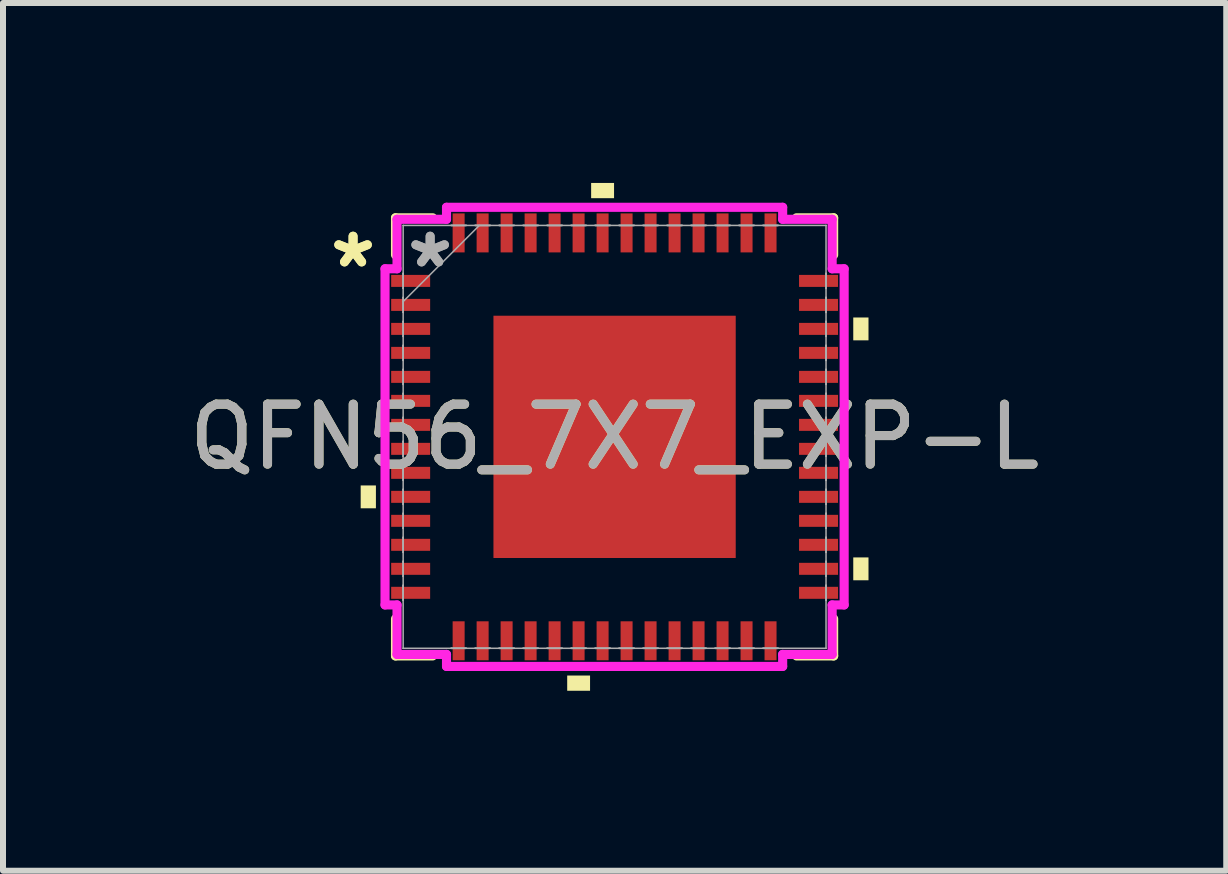
<source format=kicad_pcb>
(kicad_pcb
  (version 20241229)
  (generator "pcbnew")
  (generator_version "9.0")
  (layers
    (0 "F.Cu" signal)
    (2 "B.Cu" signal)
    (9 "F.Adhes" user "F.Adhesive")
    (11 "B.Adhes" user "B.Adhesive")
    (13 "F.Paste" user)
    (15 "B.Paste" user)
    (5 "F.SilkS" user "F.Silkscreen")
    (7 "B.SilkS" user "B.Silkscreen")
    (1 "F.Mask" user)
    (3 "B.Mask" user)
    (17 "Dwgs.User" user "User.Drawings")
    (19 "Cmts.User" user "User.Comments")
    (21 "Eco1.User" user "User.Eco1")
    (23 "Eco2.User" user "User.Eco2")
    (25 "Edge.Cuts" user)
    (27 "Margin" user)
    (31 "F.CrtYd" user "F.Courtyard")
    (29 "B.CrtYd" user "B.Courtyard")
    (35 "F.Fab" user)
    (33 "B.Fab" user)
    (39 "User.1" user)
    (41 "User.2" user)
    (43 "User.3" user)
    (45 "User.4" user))
  (footprint "QFN56_7X7_EXP-L"
    (layer "F.Cu")
    (at 7.196 4.233)
    (property "Reference" "QFN56_7X7_EXP-L" (at 0 0 0) (unlocked yes) (layer "F.SilkS") (effects (font (size 1 1) (thickness 0.15))))
    (attr smd)
    (fp_line (start -3.652 -3.652) (end -3.652 -3.033) (stroke (width 0.152) (type solid)) (layer "F.SilkS"))
    (fp_line (start -3.652 3.033) (end -3.652 3.652) (stroke (width 0.152) (type solid)) (layer "F.SilkS"))
    (fp_line (start -3.652 3.652) (end -3.033 3.652) (stroke (width 0.152) (type solid)) (layer "F.SilkS"))
    (fp_line (start -3.033 -3.652) (end -3.652 -3.652) (stroke (width 0.152) (type solid)) (layer "F.SilkS"))
    (fp_line (start 3.033 3.652) (end 3.652 3.652) (stroke (width 0.152) (type solid)) (layer "F.SilkS"))
    (fp_line (start 3.652 -3.652) (end 3.033 -3.652) (stroke (width 0.152) (type solid)) (layer "F.SilkS"))
    (fp_line (start 3.652 -3.033) (end 3.652 -3.652) (stroke (width 0.152) (type solid)) (layer "F.SilkS"))
    (fp_line (start 3.652 3.652) (end 3.652 3.033) (stroke (width 0.152) (type solid)) (layer "F.SilkS"))
    (fp_poly (pts (xy -4.233 0.81) (xy -4.233 1.191) (xy -3.979 1.191) (xy -3.979 0.81)) (stroke (width 0) (type solid)) (fill yes) (layer "F.SilkS"))
    (fp_poly (pts (xy -0.79 3.979) (xy -0.79 4.233) (xy -0.409 4.233) (xy -0.409 3.979)) (stroke (width 0) (type solid)) (fill yes) (layer "F.SilkS"))
    (fp_poly (pts (xy -0.391 -3.979) (xy -0.391 -4.233) (xy -0.009 -4.233) (xy -0.009 -3.979)) (stroke (width 0) (type solid)) (fill yes) (layer "F.SilkS"))
    (fp_poly (pts (xy 4.233 -1.99) (xy 4.233 -1.609) (xy 3.979 -1.609) (xy 3.979 -1.99)) (stroke (width 0) (type solid)) (fill yes) (layer "F.SilkS"))
    (fp_poly (pts (xy 4.233 2.01) (xy 4.233 2.391) (xy 3.979 2.391) (xy 3.979 2.01)) (stroke (width 0) (type solid)) (fill yes) (layer "F.SilkS"))
    (fp_poly (pts (xy -1.919 -1.919) (xy -1.919 -0.773) (xy -0.773 -0.773) (xy -0.773 -1.919)) (stroke (width 0) (type solid)) (fill yes) (layer "F.Paste"))
    (fp_poly (pts (xy -1.919 -0.573) (xy -1.919 0.573) (xy -0.773 0.573) (xy -0.773 -0.573)) (stroke (width 0) (type solid)) (fill yes) (layer "F.Paste"))
    (fp_poly (pts (xy -1.919 0.773) (xy -1.919 1.919) (xy -0.773 1.919) (xy -0.773 0.773)) (stroke (width 0) (type solid)) (fill yes) (layer "F.Paste"))
    (fp_poly (pts (xy -0.573 -1.919) (xy -0.573 -0.773) (xy 0.573 -0.773) (xy 0.573 -1.919)) (stroke (width 0) (type solid)) (fill yes) (layer "F.Paste"))
    (fp_poly (pts (xy -0.573 -0.573) (xy -0.573 0.573) (xy 0.573 0.573) (xy 0.573 -0.573)) (stroke (width 0) (type solid)) (fill yes) (layer "F.Paste"))
    (fp_poly (pts (xy -0.573 0.773) (xy -0.573 1.919) (xy 0.573 1.919) (xy 0.573 0.773)) (stroke (width 0) (type solid)) (fill yes) (layer "F.Paste"))
    (fp_poly (pts (xy 0.773 -1.919) (xy 0.773 -0.773) (xy 1.919 -0.773) (xy 1.919 -1.919)) (stroke (width 0) (type solid)) (fill yes) (layer "F.Paste"))
    (fp_poly (pts (xy 0.773 -0.573) (xy 0.773 0.573) (xy 1.919 0.573) (xy 1.919 -0.573)) (stroke (width 0) (type solid)) (fill yes) (layer "F.Paste"))
    (fp_poly (pts (xy 0.773 0.773) (xy 0.773 1.919) (xy 1.919 1.919) (xy 1.919 0.773)) (stroke (width 0) (type solid)) (fill yes) (layer "F.Paste"))
    (fp_line (start -3.827 -2.802) (end -3.627 -2.802) (stroke (width 0.152) (type solid)) (layer "F.CrtYd"))
    (fp_line (start -3.827 2.802) (end -3.827 -2.802) (stroke (width 0.152) (type solid)) (layer "F.CrtYd"))
    (fp_line (start -3.627 -3.627) (end -2.802 -3.627) (stroke (width 0.152) (type solid)) (layer "F.CrtYd"))
    (fp_line (start -3.627 -2.802) (end -3.627 -3.627) (stroke (width 0.152) (type solid)) (layer "F.CrtYd"))
    (fp_line (start -3.627 2.802) (end -3.827 2.802) (stroke (width 0.152) (type solid)) (layer "F.CrtYd"))
    (fp_line (start -3.627 3.627) (end -3.627 2.802) (stroke (width 0.152) (type solid)) (layer "F.CrtYd"))
    (fp_line (start -2.802 -3.827) (end 2.802 -3.827) (stroke (width 0.152) (type solid)) (layer "F.CrtYd"))
    (fp_line (start -2.802 -3.627) (end -2.802 -3.827) (stroke (width 0.152) (type solid)) (layer "F.CrtYd"))
    (fp_line (start -2.802 3.627) (end -3.627 3.627) (stroke (width 0.152) (type solid)) (layer "F.CrtYd"))
    (fp_line (start -2.802 3.827) (end -2.802 3.627) (stroke (width 0.152) (type solid)) (layer "F.CrtYd"))
    (fp_line (start 2.802 -3.827) (end 2.802 -3.627) (stroke (width 0.152) (type solid)) (layer "F.CrtYd"))
    (fp_line (start 2.802 -3.627) (end 3.627 -3.627) (stroke (width 0.152) (type solid)) (layer "F.CrtYd"))
    (fp_line (start 2.802 3.627) (end 2.802 3.827) (stroke (width 0.152) (type solid)) (layer "F.CrtYd"))
    (fp_line (start 2.802 3.827) (end -2.802 3.827) (stroke (width 0.152) (type solid)) (layer "F.CrtYd"))
    (fp_line (start 3.627 -3.627) (end 3.627 -2.802) (stroke (width 0.152) (type solid)) (layer "F.CrtYd"))
    (fp_line (start 3.627 -2.802) (end 3.827 -2.802) (stroke (width 0.152) (type solid)) (layer "F.CrtYd"))
    (fp_line (start 3.627 2.802) (end 3.627 3.627) (stroke (width 0.152) (type solid)) (layer "F.CrtYd"))
    (fp_line (start 3.627 3.627) (end 2.802 3.627) (stroke (width 0.152) (type solid)) (layer "F.CrtYd"))
    (fp_line (start 3.827 -2.802) (end 3.827 2.802) (stroke (width 0.152) (type solid)) (layer "F.CrtYd"))
    (fp_line (start 3.827 2.802) (end 3.627 2.802) (stroke (width 0.152) (type solid)) (layer "F.CrtYd"))
    (fp_line (start -3.525 -3.525) (end -3.525 -3.525) (stroke (width 0.025) (type solid)) (layer "F.Fab"))
    (fp_line (start -3.525 -3.525) (end -3.525 3.525) (stroke (width 0.025) (type solid)) (layer "F.Fab"))
    (fp_line (start -3.525 -2.725) (end -3.525 -2.725) (stroke (width 0.025) (type solid)) (layer "F.Fab"))
    (fp_line (start -3.525 -2.725) (end -3.525 -2.475) (stroke (width 0.025) (type solid)) (layer "F.Fab"))
    (fp_line (start -3.525 -2.475) (end -3.525 -2.725) (stroke (width 0.025) (type solid)) (layer "F.Fab"))
    (fp_line (start -3.525 -2.475) (end -3.525 -2.475) (stroke (width 0.025) (type solid)) (layer "F.Fab"))
    (fp_line (start -3.525 -2.325) (end -3.525 -2.325) (stroke (width 0.025) (type solid)) (layer "F.Fab"))
    (fp_line (start -3.525 -2.325) (end -3.525 -2.075) (stroke (width 0.025) (type solid)) (layer "F.Fab"))
    (fp_line (start -3.525 -2.255) (end -2.255 -3.525) (stroke (width 0.025) (type solid)) (layer "F.Fab"))
    (fp_line (start -3.525 -2.075) (end -3.525 -2.325) (stroke (width 0.025) (type solid)) (layer "F.Fab"))
    (fp_line (start -3.525 -2.075) (end -3.525 -2.075) (stroke (width 0.025) (type solid)) (layer "F.Fab"))
    (fp_line (start -3.525 -1.925) (end -3.525 -1.925) (stroke (width 0.025) (type solid)) (layer "F.Fab"))
    (fp_line (start -3.525 -1.925) (end -3.525 -1.675) (stroke (width 0.025) (type solid)) (layer "F.Fab"))
    (fp_line (start -3.525 -1.675) (end -3.525 -1.925) (stroke (width 0.025) (type solid)) (layer "F.Fab"))
    (fp_line (start -3.525 -1.675) (end -3.525 -1.675) (stroke (width 0.025) (type solid)) (layer "F.Fab"))
    (fp_line (start -3.525 -1.525) (end -3.525 -1.525) (stroke (width 0.025) (type solid)) (layer "F.Fab"))
    (fp_line (start -3.525 -1.525) (end -3.525 -1.275) (stroke (width 0.025) (type solid)) (layer "F.Fab"))
    (fp_line (start -3.525 -1.275) (end -3.525 -1.525) (stroke (width 0.025) (type solid)) (layer "F.Fab"))
    (fp_line (start -3.525 -1.275) (end -3.525 -1.275) (stroke (width 0.025) (type solid)) (layer "F.Fab"))
    (fp_line (start -3.525 -1.125) (end -3.525 -1.125) (stroke (width 0.025) (type solid)) (layer "F.Fab"))
    (fp_line (start -3.525 -1.125) (end -3.525 -0.875) (stroke (width 0.025) (type solid)) (layer "F.Fab"))
    (fp_line (start -3.525 -0.875) (end -3.525 -1.125) (stroke (width 0.025) (type solid)) (layer "F.Fab"))
    (fp_line (start -3.525 -0.875) (end -3.525 -0.875) (stroke (width 0.025) (type solid)) (layer "F.Fab"))
    (fp_line (start -3.525 -0.725) (end -3.525 -0.725) (stroke (width 0.025) (type solid)) (layer "F.Fab"))
    (fp_line (start -3.525 -0.725) (end -3.525 -0.475) (stroke (width 0.025) (type solid)) (layer "F.Fab"))
    (fp_line (start -3.525 -0.475) (end -3.525 -0.725) (stroke (width 0.025) (type solid)) (layer "F.Fab"))
    (fp_line (start -3.525 -0.475) (end -3.525 -0.475) (stroke (width 0.025) (type solid)) (layer "F.Fab"))
    (fp_line (start -3.525 -0.325) (end -3.525 -0.325) (stroke (width 0.025) (type solid)) (layer "F.Fab"))
    (fp_line (start -3.525 -0.325) (end -3.525 -0.075) (stroke (width 0.025) (type solid)) (layer "F.Fab"))
    (fp_line (start -3.525 -0.075) (end -3.525 -0.325) (stroke (width 0.025) (type solid)) (layer "F.Fab"))
    (fp_line (start -3.525 -0.075) (end -3.525 -0.075) (stroke (width 0.025) (type solid)) (layer "F.Fab"))
    (fp_line (start -3.525 0.075) (end -3.525 0.075) (stroke (width 0.025) (type solid)) (layer "F.Fab"))
    (fp_line (start -3.525 0.075) (end -3.525 0.325) (stroke (width 0.025) (type solid)) (layer "F.Fab"))
    (fp_line (start -3.525 0.325) (end -3.525 0.075) (stroke (width 0.025) (type solid)) (layer "F.Fab"))
    (fp_line (start -3.525 0.325) (end -3.525 0.325) (stroke (width 0.025) (type solid)) (layer "F.Fab"))
    (fp_line (start -3.525 0.475) (end -3.525 0.475) (stroke (width 0.025) (type solid)) (layer "F.Fab"))
    (fp_line (start -3.525 0.475) (end -3.525 0.725) (stroke (width 0.025) (type solid)) (layer "F.Fab"))
    (fp_line (start -3.525 0.725) (end -3.525 0.475) (stroke (width 0.025) (type solid)) (layer "F.Fab"))
    (fp_line (start -3.525 0.725) (end -3.525 0.725) (stroke (width 0.025) (type solid)) (layer "F.Fab"))
    (fp_line (start -3.525 0.875) (end -3.525 0.875) (stroke (width 0.025) (type solid)) (layer "F.Fab"))
    (fp_line (start -3.525 0.875) (end -3.525 1.125) (stroke (width 0.025) (type solid)) (layer "F.Fab"))
    (fp_line (start -3.525 1.125) (end -3.525 0.875) (stroke (width 0.025) (type solid)) (layer "F.Fab"))
    (fp_line (start -3.525 1.125) (end -3.525 1.125) (stroke (width 0.025) (type solid)) (layer "F.Fab"))
    (fp_line (start -3.525 1.275) (end -3.525 1.275) (stroke (width 0.025) (type solid)) (layer "F.Fab"))
    (fp_line (start -3.525 1.275) (end -3.525 1.525) (stroke (width 0.025) (type solid)) (layer "F.Fab"))
    (fp_line (start -3.525 1.525) (end -3.525 1.275) (stroke (width 0.025) (type solid)) (layer "F.Fab"))
    (fp_line (start -3.525 1.525) (end -3.525 1.525) (stroke (width 0.025) (type solid)) (layer "F.Fab"))
    (fp_line (start -3.525 1.675) (end -3.525 1.675) (stroke (width 0.025) (type solid)) (layer "F.Fab"))
    (fp_line (start -3.525 1.675) (end -3.525 1.925) (stroke (width 0.025) (type solid)) (layer "F.Fab"))
    (fp_line (start -3.525 1.925) (end -3.525 1.675) (stroke (width 0.025) (type solid)) (layer "F.Fab"))
    (fp_line (start -3.525 1.925) (end -3.525 1.925) (stroke (width 0.025) (type solid)) (layer "F.Fab"))
    (fp_line (start -3.525 2.075) (end -3.525 2.075) (stroke (width 0.025) (type solid)) (layer "F.Fab"))
    (fp_line (start -3.525 2.075) (end -3.525 2.325) (stroke (width 0.025) (type solid)) (layer "F.Fab"))
    (fp_line (start -3.525 2.325) (end -3.525 2.075) (stroke (width 0.025) (type solid)) (layer "F.Fab"))
    (fp_line (start -3.525 2.325) (end -3.525 2.325) (stroke (width 0.025) (type solid)) (layer "F.Fab"))
    (fp_line (start -3.525 2.475) (end -3.525 2.475) (stroke (width 0.025) (type solid)) (layer "F.Fab"))
    (fp_line (start -3.525 2.475) (end -3.525 2.725) (stroke (width 0.025) (type solid)) (layer "F.Fab"))
    (fp_line (start -3.525 2.725) (end -3.525 2.475) (stroke (width 0.025) (type solid)) (layer "F.Fab"))
    (fp_line (start -3.525 2.725) (end -3.525 2.725) (stroke (width 0.025) (type solid)) (layer "F.Fab"))
    (fp_line (start -3.525 3.525) (end -3.525 3.525) (stroke (width 0.025) (type solid)) (layer "F.Fab"))
    (fp_line (start -3.525 3.525) (end 3.525 3.525) (stroke (width 0.025) (type solid)) (layer "F.Fab"))
    (fp_line (start -2.725 -3.525) (end -2.725 -3.525) (stroke (width 0.025) (type solid)) (layer "F.Fab"))
    (fp_line (start -2.725 -3.525) (end -2.475 -3.525) (stroke (width 0.025) (type solid)) (layer "F.Fab"))
    (fp_line (start -2.725 3.525) (end -2.725 3.525) (stroke (width 0.025) (type solid)) (layer "F.Fab"))
    (fp_line (start -2.725 3.525) (end -2.475 3.525) (stroke (width 0.025) (type solid)) (layer "F.Fab"))
    (fp_line (start -2.475 -3.525) (end -2.725 -3.525) (stroke (width 0.025) (type solid)) (layer "F.Fab"))
    (fp_line (start -2.475 -3.525) (end -2.475 -3.525) (stroke (width 0.025) (type solid)) (layer "F.Fab"))
    (fp_line (start -2.475 3.525) (end -2.725 3.525) (stroke (width 0.025) (type solid)) (layer "F.Fab"))
    (fp_line (start -2.475 3.525) (end -2.475 3.525) (stroke (width 0.025) (type solid)) (layer "F.Fab"))
    (fp_line (start -2.325 -3.525) (end -2.325 -3.525) (stroke (width 0.025) (type solid)) (layer "F.Fab"))
    (fp_line (start -2.325 -3.525) (end -2.075 -3.525) (stroke (width 0.025) (type solid)) (layer "F.Fab"))
    (fp_line (start -2.325 3.525) (end -2.325 3.525) (stroke (width 0.025) (type solid)) (layer "F.Fab"))
    (fp_line (start -2.325 3.525) (end -2.075 3.525) (stroke (width 0.025) (type solid)) (layer "F.Fab"))
    (fp_line (start -2.075 -3.525) (end -2.325 -3.525) (stroke (width 0.025) (type solid)) (layer "F.Fab"))
    (fp_line (start -2.075 -3.525) (end -2.075 -3.525) (stroke (width 0.025) (type solid)) (layer "F.Fab"))
    (fp_line (start -2.075 3.525) (end -2.325 3.525) (stroke (width 0.025) (type solid)) (layer "F.Fab"))
    (fp_line (start -2.075 3.525) (end -2.075 3.525) (stroke (width 0.025) (type solid)) (layer "F.Fab"))
    (fp_line (start -1.925 -3.525) (end -1.925 -3.525) (stroke (width 0.025) (type solid)) (layer "F.Fab"))
    (fp_line (start -1.925 -3.525) (end -1.675 -3.525) (stroke (width 0.025) (type solid)) (layer "F.Fab"))
    (fp_line (start -1.925 3.525) (end -1.925 3.525) (stroke (width 0.025) (type solid)) (layer "F.Fab"))
    (fp_line (start -1.925 3.525) (end -1.675 3.525) (stroke (width 0.025) (type solid)) (layer "F.Fab"))
    (fp_line (start -1.675 -3.525) (end -1.925 -3.525) (stroke (width 0.025) (type solid)) (layer "F.Fab"))
    (fp_line (start -1.675 -3.525) (end -1.675 -3.525) (stroke (width 0.025) (type solid)) (layer "F.Fab"))
    (fp_line (start -1.675 3.525) (end -1.925 3.525) (stroke (width 0.025) (type solid)) (layer "F.Fab"))
    (fp_line (start -1.675 3.525) (end -1.675 3.525) (stroke (width 0.025) (type solid)) (layer "F.Fab"))
    (fp_line (start -1.525 -3.525) (end -1.525 -3.525) (stroke (width 0.025) (type solid)) (layer "F.Fab"))
    (fp_line (start -1.525 -3.525) (end -1.275 -3.525) (stroke (width 0.025) (type solid)) (layer "F.Fab"))
    (fp_line (start -1.525 3.525) (end -1.525 3.525) (stroke (width 0.025) (type solid)) (layer "F.Fab"))
    (fp_line (start -1.525 3.525) (end -1.275 3.525) (stroke (width 0.025) (type solid)) (layer "F.Fab"))
    (fp_line (start -1.275 -3.525) (end -1.525 -3.525) (stroke (width 0.025) (type solid)) (layer "F.Fab"))
    (fp_line (start -1.275 -3.525) (end -1.275 -3.525) (stroke (width 0.025) (type solid)) (layer "F.Fab"))
    (fp_line (start -1.275 3.525) (end -1.525 3.525) (stroke (width 0.025) (type solid)) (layer "F.Fab"))
    (fp_line (start -1.275 3.525) (end -1.275 3.525) (stroke (width 0.025) (type solid)) (layer "F.Fab"))
    (fp_line (start -1.125 -3.525) (end -1.125 -3.525) (stroke (width 0.025) (type solid)) (layer "F.Fab"))
    (fp_line (start -1.125 -3.525) (end -0.875 -3.525) (stroke (width 0.025) (type solid)) (layer "F.Fab"))
    (fp_line (start -1.125 3.525) (end -1.125 3.525) (stroke (width 0.025) (type solid)) (layer "F.Fab"))
    (fp_line (start -1.125 3.525) (end -0.875 3.525) (stroke (width 0.025) (type solid)) (layer "F.Fab"))
    (fp_line (start -0.875 -3.525) (end -1.125 -3.525) (stroke (width 0.025) (type solid)) (layer "F.Fab"))
    (fp_line (start -0.875 -3.525) (end -0.875 -3.525) (stroke (width 0.025) (type solid)) (layer "F.Fab"))
    (fp_line (start -0.875 3.525) (end -1.125 3.525) (stroke (width 0.025) (type solid)) (layer "F.Fab"))
    (fp_line (start -0.875 3.525) (end -0.875 3.525) (stroke (width 0.025) (type solid)) (layer "F.Fab"))
    (fp_line (start -0.725 -3.525) (end -0.725 -3.525) (stroke (width 0.025) (type solid)) (layer "F.Fab"))
    (fp_line (start -0.725 -3.525) (end -0.475 -3.525) (stroke (width 0.025) (type solid)) (layer "F.Fab"))
    (fp_line (start -0.725 3.525) (end -0.725 3.525) (stroke (width 0.025) (type solid)) (layer "F.Fab"))
    (fp_line (start -0.725 3.525) (end -0.475 3.525) (stroke (width 0.025) (type solid)) (layer "F.Fab"))
    (fp_line (start -0.475 -3.525) (end -0.725 -3.525) (stroke (width 0.025) (type solid)) (layer "F.Fab"))
    (fp_line (start -0.475 -3.525) (end -0.475 -3.525) (stroke (width 0.025) (type solid)) (layer "F.Fab"))
    (fp_line (start -0.475 3.525) (end -0.725 3.525) (stroke (width 0.025) (type solid)) (layer "F.Fab"))
    (fp_line (start -0.475 3.525) (end -0.475 3.525) (stroke (width 0.025) (type solid)) (layer "F.Fab"))
    (fp_line (start -0.325 -3.525) (end -0.325 -3.525) (stroke (width 0.025) (type solid)) (layer "F.Fab"))
    (fp_line (start -0.325 -3.525) (end -0.075 -3.525) (stroke (width 0.025) (type solid)) (layer "F.Fab"))
    (fp_line (start -0.325 3.525) (end -0.325 3.525) (stroke (width 0.025) (type solid)) (layer "F.Fab"))
    (fp_line (start -0.325 3.525) (end -0.075 3.525) (stroke (width 0.025) (type solid)) (layer "F.Fab"))
    (fp_line (start -0.075 -3.525) (end -0.325 -3.525) (stroke (width 0.025) (type solid)) (layer "F.Fab"))
    (fp_line (start -0.075 -3.525) (end -0.075 -3.525) (stroke (width 0.025) (type solid)) (layer "F.Fab"))
    (fp_line (start -0.075 3.525) (end -0.325 3.525) (stroke (width 0.025) (type solid)) (layer "F.Fab"))
    (fp_line (start -0.075 3.525) (end -0.075 3.525) (stroke (width 0.025) (type solid)) (layer "F.Fab"))
    (fp_line (start 0.075 -3.525) (end 0.075 -3.525) (stroke (width 0.025) (type solid)) (layer "F.Fab"))
    (fp_line (start 0.075 -3.525) (end 0.325 -3.525) (stroke (width 0.025) (type solid)) (layer "F.Fab"))
    (fp_line (start 0.075 3.525) (end 0.075 3.525) (stroke (width 0.025) (type solid)) (layer "F.Fab"))
    (fp_line (start 0.075 3.525) (end 0.325 3.525) (stroke (width 0.025) (type solid)) (layer "F.Fab"))
    (fp_line (start 0.325 -3.525) (end 0.075 -3.525) (stroke (width 0.025) (type solid)) (layer "F.Fab"))
    (fp_line (start 0.325 -3.525) (end 0.325 -3.525) (stroke (width 0.025) (type solid)) (layer "F.Fab"))
    (fp_line (start 0.325 3.525) (end 0.075 3.525) (stroke (width 0.025) (type solid)) (layer "F.Fab"))
    (fp_line (start 0.325 3.525) (end 0.325 3.525) (stroke (width 0.025) (type solid)) (layer "F.Fab"))
    (fp_line (start 0.475 -3.525) (end 0.475 -3.525) (stroke (width 0.025) (type solid)) (layer "F.Fab"))
    (fp_line (start 0.475 -3.525) (end 0.725 -3.525) (stroke (width 0.025) (type solid)) (layer "F.Fab"))
    (fp_line (start 0.475 3.525) (end 0.475 3.525) (stroke (width 0.025) (type solid)) (layer "F.Fab"))
    (fp_line (start 0.475 3.525) (end 0.725 3.525) (stroke (width 0.025) (type solid)) (layer "F.Fab"))
    (fp_line (start 0.725 -3.525) (end 0.475 -3.525) (stroke (width 0.025) (type solid)) (layer "F.Fab"))
    (fp_line (start 0.725 -3.525) (end 0.725 -3.525) (stroke (width 0.025) (type solid)) (layer "F.Fab"))
    (fp_line (start 0.725 3.525) (end 0.475 3.525) (stroke (width 0.025) (type solid)) (layer "F.Fab"))
    (fp_line (start 0.725 3.525) (end 0.725 3.525) (stroke (width 0.025) (type solid)) (layer "F.Fab"))
    (fp_line (start 0.875 -3.525) (end 0.875 -3.525) (stroke (width 0.025) (type solid)) (layer "F.Fab"))
    (fp_line (start 0.875 -3.525) (end 1.125 -3.525) (stroke (width 0.025) (type solid)) (layer "F.Fab"))
    (fp_line (start 0.875 3.525) (end 0.875 3.525) (stroke (width 0.025) (type solid)) (layer "F.Fab"))
    (fp_line (start 0.875 3.525) (end 1.125 3.525) (stroke (width 0.025) (type solid)) (layer "F.Fab"))
    (fp_line (start 1.125 -3.525) (end 0.875 -3.525) (stroke (width 0.025) (type solid)) (layer "F.Fab"))
    (fp_line (start 1.125 -3.525) (end 1.125 -3.525) (stroke (width 0.025) (type solid)) (layer "F.Fab"))
    (fp_line (start 1.125 3.525) (end 0.875 3.525) (stroke (width 0.025) (type solid)) (layer "F.Fab"))
    (fp_line (start 1.125 3.525) (end 1.125 3.525) (stroke (width 0.025) (type solid)) (layer "F.Fab"))
    (fp_line (start 1.275 -3.525) (end 1.275 -3.525) (stroke (width 0.025) (type solid)) (layer "F.Fab"))
    (fp_line (start 1.275 -3.525) (end 1.525 -3.525) (stroke (width 0.025) (type solid)) (layer "F.Fab"))
    (fp_line (start 1.275 3.525) (end 1.275 3.525) (stroke (width 0.025) (type solid)) (layer "F.Fab"))
    (fp_line (start 1.275 3.525) (end 1.525 3.525) (stroke (width 0.025) (type solid)) (layer "F.Fab"))
    (fp_line (start 1.525 -3.525) (end 1.275 -3.525) (stroke (width 0.025) (type solid)) (layer "F.Fab"))
    (fp_line (start 1.525 -3.525) (end 1.525 -3.525) (stroke (width 0.025) (type solid)) (layer "F.Fab"))
    (fp_line (start 1.525 3.525) (end 1.275 3.525) (stroke (width 0.025) (type solid)) (layer "F.Fab"))
    (fp_line (start 1.525 3.525) (end 1.525 3.525) (stroke (width 0.025) (type solid)) (layer "F.Fab"))
    (fp_line (start 1.675 -3.525) (end 1.675 -3.525) (stroke (width 0.025) (type solid)) (layer "F.Fab"))
    (fp_line (start 1.675 -3.525) (end 1.925 -3.525) (stroke (width 0.025) (type solid)) (layer "F.Fab"))
    (fp_line (start 1.675 3.525) (end 1.675 3.525) (stroke (width 0.025) (type solid)) (layer "F.Fab"))
    (fp_line (start 1.675 3.525) (end 1.925 3.525) (stroke (width 0.025) (type solid)) (layer "F.Fab"))
    (fp_line (start 1.925 -3.525) (end 1.675 -3.525) (stroke (width 0.025) (type solid)) (layer "F.Fab"))
    (fp_line (start 1.925 -3.525) (end 1.925 -3.525) (stroke (width 0.025) (type solid)) (layer "F.Fab"))
    (fp_line (start 1.925 3.525) (end 1.675 3.525) (stroke (width 0.025) (type solid)) (layer "F.Fab"))
    (fp_line (start 1.925 3.525) (end 1.925 3.525) (stroke (width 0.025) (type solid)) (layer "F.Fab"))
    (fp_line (start 2.075 -3.525) (end 2.075 -3.525) (stroke (width 0.025) (type solid)) (layer "F.Fab"))
    (fp_line (start 2.075 -3.525) (end 2.325 -3.525) (stroke (width 0.025) (type solid)) (layer "F.Fab"))
    (fp_line (start 2.075 3.525) (end 2.075 3.525) (stroke (width 0.025) (type solid)) (layer "F.Fab"))
    (fp_line (start 2.075 3.525) (end 2.325 3.525) (stroke (width 0.025) (type solid)) (layer "F.Fab"))
    (fp_line (start 2.325 -3.525) (end 2.075 -3.525) (stroke (width 0.025) (type solid)) (layer "F.Fab"))
    (fp_line (start 2.325 -3.525) (end 2.325 -3.525) (stroke (width 0.025) (type solid)) (layer "F.Fab"))
    (fp_line (start 2.325 3.525) (end 2.075 3.525) (stroke (width 0.025) (type solid)) (layer "F.Fab"))
    (fp_line (start 2.325 3.525) (end 2.325 3.525) (stroke (width 0.025) (type solid)) (layer "F.Fab"))
    (fp_line (start 2.475 -3.525) (end 2.475 -3.525) (stroke (width 0.025) (type solid)) (layer "F.Fab"))
    (fp_line (start 2.475 -3.525) (end 2.725 -3.525) (stroke (width 0.025) (type solid)) (layer "F.Fab"))
    (fp_line (start 2.475 3.525) (end 2.475 3.525) (stroke (width 0.025) (type solid)) (layer "F.Fab"))
    (fp_line (start 2.475 3.525) (end 2.725 3.525) (stroke (width 0.025) (type solid)) (layer "F.Fab"))
    (fp_line (start 2.725 -3.525) (end 2.475 -3.525) (stroke (width 0.025) (type solid)) (layer "F.Fab"))
    (fp_line (start 2.725 -3.525) (end 2.725 -3.525) (stroke (width 0.025) (type solid)) (layer "F.Fab"))
    (fp_line (start 2.725 3.525) (end 2.475 3.525) (stroke (width 0.025) (type solid)) (layer "F.Fab"))
    (fp_line (start 2.725 3.525) (end 2.725 3.525) (stroke (width 0.025) (type solid)) (layer "F.Fab"))
    (fp_line (start 3.525 -3.525) (end -3.525 -3.525) (stroke (width 0.025) (type solid)) (layer "F.Fab"))
    (fp_line (start 3.525 -3.525) (end 3.525 -3.525) (stroke (width 0.025) (type solid)) (layer "F.Fab"))
    (fp_line (start 3.525 -2.725) (end 3.525 -2.725) (stroke (width 0.025) (type solid)) (layer "F.Fab"))
    (fp_line (start 3.525 -2.725) (end 3.525 -2.475) (stroke (width 0.025) (type solid)) (layer "F.Fab"))
    (fp_line (start 3.525 -2.475) (end 3.525 -2.725) (stroke (width 0.025) (type solid)) (layer "F.Fab"))
    (fp_line (start 3.525 -2.475) (end 3.525 -2.475) (stroke (width 0.025) (type solid)) (layer "F.Fab"))
    (fp_line (start 3.525 -2.325) (end 3.525 -2.325) (stroke (width 0.025) (type solid)) (layer "F.Fab"))
    (fp_line (start 3.525 -2.325) (end 3.525 -2.075) (stroke (width 0.025) (type solid)) (layer "F.Fab"))
    (fp_line (start 3.525 -2.075) (end 3.525 -2.325) (stroke (width 0.025) (type solid)) (layer "F.Fab"))
    (fp_line (start 3.525 -2.075) (end 3.525 -2.075) (stroke (width 0.025) (type solid)) (layer "F.Fab"))
    (fp_line (start 3.525 -1.925) (end 3.525 -1.925) (stroke (width 0.025) (type solid)) (layer "F.Fab"))
    (fp_line (start 3.525 -1.925) (end 3.525 -1.675) (stroke (width 0.025) (type solid)) (layer "F.Fab"))
    (fp_line (start 3.525 -1.675) (end 3.525 -1.925) (stroke (width 0.025) (type solid)) (layer "F.Fab"))
    (fp_line (start 3.525 -1.675) (end 3.525 -1.675) (stroke (width 0.025) (type solid)) (layer "F.Fab"))
    (fp_line (start 3.525 -1.525) (end 3.525 -1.525) (stroke (width 0.025) (type solid)) (layer "F.Fab"))
    (fp_line (start 3.525 -1.525) (end 3.525 -1.275) (stroke (width 0.025) (type solid)) (layer "F.Fab"))
    (fp_line (start 3.525 -1.275) (end 3.525 -1.525) (stroke (width 0.025) (type solid)) (layer "F.Fab"))
    (fp_line (start 3.525 -1.275) (end 3.525 -1.275) (stroke (width 0.025) (type solid)) (layer "F.Fab"))
    (fp_line (start 3.525 -1.125) (end 3.525 -1.125) (stroke (width 0.025) (type solid)) (layer "F.Fab"))
    (fp_line (start 3.525 -1.125) (end 3.525 -0.875) (stroke (width 0.025) (type solid)) (layer "F.Fab"))
    (fp_line (start 3.525 -0.875) (end 3.525 -1.125) (stroke (width 0.025) (type solid)) (layer "F.Fab"))
    (fp_line (start 3.525 -0.875) (end 3.525 -0.875) (stroke (width 0.025) (type solid)) (layer "F.Fab"))
    (fp_line (start 3.525 -0.725) (end 3.525 -0.725) (stroke (width 0.025) (type solid)) (layer "F.Fab"))
    (fp_line (start 3.525 -0.725) (end 3.525 -0.475) (stroke (width 0.025) (type solid)) (layer "F.Fab"))
    (fp_line (start 3.525 -0.475) (end 3.525 -0.725) (stroke (width 0.025) (type solid)) (layer "F.Fab"))
    (fp_line (start 3.525 -0.475) (end 3.525 -0.475) (stroke (width 0.025) (type solid)) (layer "F.Fab"))
    (fp_line (start 3.525 -0.325) (end 3.525 -0.325) (stroke (width 0.025) (type solid)) (layer "F.Fab"))
    (fp_line (start 3.525 -0.325) (end 3.525 -0.075) (stroke (width 0.025) (type solid)) (layer "F.Fab"))
    (fp_line (start 3.525 -0.075) (end 3.525 -0.325) (stroke (width 0.025) (type solid)) (layer "F.Fab"))
    (fp_line (start 3.525 -0.075) (end 3.525 -0.075) (stroke (width 0.025) (type solid)) (layer "F.Fab"))
    (fp_line (start 3.525 0.075) (end 3.525 0.075) (stroke (width 0.025) (type solid)) (layer "F.Fab"))
    (fp_line (start 3.525 0.075) (end 3.525 0.325) (stroke (width 0.025) (type solid)) (layer "F.Fab"))
    (fp_line (start 3.525 0.325) (end 3.525 0.075) (stroke (width 0.025) (type solid)) (layer "F.Fab"))
    (fp_line (start 3.525 0.325) (end 3.525 0.325) (stroke (width 0.025) (type solid)) (layer "F.Fab"))
    (fp_line (start 3.525 0.475) (end 3.525 0.475) (stroke (width 0.025) (type solid)) (layer "F.Fab"))
    (fp_line (start 3.525 0.475) (end 3.525 0.725) (stroke (width 0.025) (type solid)) (layer "F.Fab"))
    (fp_line (start 3.525 0.725) (end 3.525 0.475) (stroke (width 0.025) (type solid)) (layer "F.Fab"))
    (fp_line (start 3.525 0.725) (end 3.525 0.725) (stroke (width 0.025) (type solid)) (layer "F.Fab"))
    (fp_line (start 3.525 0.875) (end 3.525 0.875) (stroke (width 0.025) (type solid)) (layer "F.Fab"))
    (fp_line (start 3.525 0.875) (end 3.525 1.125) (stroke (width 0.025) (type solid)) (layer "F.Fab"))
    (fp_line (start 3.525 1.125) (end 3.525 0.875) (stroke (width 0.025) (type solid)) (layer "F.Fab"))
    (fp_line (start 3.525 1.125) (end 3.525 1.125) (stroke (width 0.025) (type solid)) (layer "F.Fab"))
    (fp_line (start 3.525 1.275) (end 3.525 1.275) (stroke (width 0.025) (type solid)) (layer "F.Fab"))
    (fp_line (start 3.525 1.275) (end 3.525 1.525) (stroke (width 0.025) (type solid)) (layer "F.Fab"))
    (fp_line (start 3.525 1.525) (end 3.525 1.275) (stroke (width 0.025) (type solid)) (layer "F.Fab"))
    (fp_line (start 3.525 1.525) (end 3.525 1.525) (stroke (width 0.025) (type solid)) (layer "F.Fab"))
    (fp_line (start 3.525 1.675) (end 3.525 1.675) (stroke (width 0.025) (type solid)) (layer "F.Fab"))
    (fp_line (start 3.525 1.675) (end 3.525 1.925) (stroke (width 0.025) (type solid)) (layer "F.Fab"))
    (fp_line (start 3.525 1.925) (end 3.525 1.675) (stroke (width 0.025) (type solid)) (layer "F.Fab"))
    (fp_line (start 3.525 1.925) (end 3.525 1.925) (stroke (width 0.025) (type solid)) (layer "F.Fab"))
    (fp_line (start 3.525 2.075) (end 3.525 2.075) (stroke (width 0.025) (type solid)) (layer "F.Fab"))
    (fp_line (start 3.525 2.075) (end 3.525 2.325) (stroke (width 0.025) (type solid)) (layer "F.Fab"))
    (fp_line (start 3.525 2.325) (end 3.525 2.075) (stroke (width 0.025) (type solid)) (layer "F.Fab"))
    (fp_line (start 3.525 2.325) (end 3.525 2.325) (stroke (width 0.025) (type solid)) (layer "F.Fab"))
    (fp_line (start 3.525 2.475) (end 3.525 2.475) (stroke (width 0.025) (type solid)) (layer "F.Fab"))
    (fp_line (start 3.525 2.475) (end 3.525 2.725) (stroke (width 0.025) (type solid)) (layer "F.Fab"))
    (fp_line (start 3.525 2.725) (end 3.525 2.475) (stroke (width 0.025) (type solid)) (layer "F.Fab"))
    (fp_line (start 3.525 2.725) (end 3.525 2.725) (stroke (width 0.025) (type solid)) (layer "F.Fab"))
    (fp_line (start 3.525 3.525) (end 3.525 -3.525) (stroke (width 0.025) (type solid)) (layer "F.Fab"))
    (fp_line (start 3.525 3.525) (end 3.525 3.525) (stroke (width 0.025) (type solid)) (layer "F.Fab"))
    (fp_text user "*" (at -4.36 -2.8 0) (unlocked yes) (layer "F.SilkS") (effects (font (size 1 1) (thickness 0.15))))
    (fp_text user "*" (at -4.36 -2.8 0) (layer "F.SilkS") (effects (font (size 1 1) (thickness 0.15))))
    (fp_text user "*" (at -3.075 -2.8 0) (unlocked yes) (layer "F.Fab") (effects (font (size 1 1) (thickness 0.15))))
    (fp_text user "*" (at -3.075 -2.8 0) (layer "F.Fab") (effects (font (size 1 1) (thickness 0.15))))
    (fp_text user "${REFERENCE}" (at 0 0 0) (unlocked yes) (layer "F.Fab") (effects (font (size 1 1) (thickness 0.15))))
    (pad "1" smd rect (at -3.4 -2.6 90) (size 0.2 0.65) (layers "F.Cu" "F.Mask" "F.Paste"))
    (pad "2" smd rect (at -3.4 -2.2 90) (size 0.2 0.65) (layers "F.Cu" "F.Mask" "F.Paste"))
    (pad "3" smd rect (at -3.4 -1.8 90) (size 0.2 0.65) (layers "F.Cu" "F.Mask" "F.Paste"))
    (pad "4" smd rect (at -3.4 -1.4 90) (size 0.2 0.65) (layers "F.Cu" "F.Mask" "F.Paste"))
    (pad "5" smd rect (at -3.4 -1 90) (size 0.2 0.65) (layers "F.Cu" "F.Mask" "F.Paste"))
    (pad "6" smd rect (at -3.4 -0.6 90) (size 0.2 0.65) (layers "F.Cu" "F.Mask" "F.Paste"))
    (pad "7" smd rect (at -3.4 -0.2 90) (size 0.2 0.65) (layers "F.Cu" "F.Mask" "F.Paste"))
    (pad "8" smd rect (at -3.4 0.2 90) (size 0.2 0.65) (layers "F.Cu" "F.Mask" "F.Paste"))
    (pad "9" smd rect (at -3.4 0.6 90) (size 0.2 0.65) (layers "F.Cu" "F.Mask" "F.Paste"))
    (pad "10" smd rect (at -3.4 1 90) (size 0.2 0.65) (layers "F.Cu" "F.Mask" "F.Paste"))
    (pad "11" smd rect (at -3.4 1.4 90) (size 0.2 0.65) (layers "F.Cu" "F.Mask" "F.Paste"))
    (pad "12" smd rect (at -3.4 1.8 90) (size 0.2 0.65) (layers "F.Cu" "F.Mask" "F.Paste"))
    (pad "13" smd rect (at -3.4 2.2 90) (size 0.2 0.65) (layers "F.Cu" "F.Mask" "F.Paste"))
    (pad "14" smd rect (at -3.4 2.6 90) (size 0.2 0.65) (layers "F.Cu" "F.Mask" "F.Paste"))
    (pad "15" smd rect (at -2.6 3.4) (size 0.2 0.65) (layers "F.Cu" "F.Mask" "F.Paste"))
    (pad "16" smd rect (at -2.2 3.4) (size 0.2 0.65) (layers "F.Cu" "F.Mask" "F.Paste"))
    (pad "17" smd rect (at -1.8 3.4) (size 0.2 0.65) (layers "F.Cu" "F.Mask" "F.Paste"))
    (pad "18" smd rect (at -1.4 3.4) (size 0.2 0.65) (layers "F.Cu" "F.Mask" "F.Paste"))
    (pad "19" smd rect (at -1 3.4) (size 0.2 0.65) (layers "F.Cu" "F.Mask" "F.Paste"))
    (pad "20" smd rect (at -0.6 3.4) (size 0.2 0.65) (layers "F.Cu" "F.Mask" "F.Paste"))
    (pad "21" smd rect (at -0.2 3.4) (size 0.2 0.65) (layers "F.Cu" "F.Mask" "F.Paste"))
    (pad "22" smd rect (at 0.2 3.4) (size 0.2 0.65) (layers "F.Cu" "F.Mask" "F.Paste"))
    (pad "23" smd rect (at 0.6 3.4) (size 0.2 0.65) (layers "F.Cu" "F.Mask" "F.Paste"))
    (pad "24" smd rect (at 1 3.4) (size 0.2 0.65) (layers "F.Cu" "F.Mask" "F.Paste"))
    (pad "25" smd rect (at 1.4 3.4) (size 0.2 0.65) (layers "F.Cu" "F.Mask" "F.Paste"))
    (pad "26" smd rect (at 1.8 3.4) (size 0.2 0.65) (layers "F.Cu" "F.Mask" "F.Paste"))
    (pad "27" smd rect (at 2.2 3.4) (size 0.2 0.65) (layers "F.Cu" "F.Mask" "F.Paste"))
    (pad "28" smd rect (at 2.6 3.4) (size 0.2 0.65) (layers "F.Cu" "F.Mask" "F.Paste"))
    (pad "29" smd rect (at 3.4 2.6 90) (size 0.2 0.65) (layers "F.Cu" "F.Mask" "F.Paste"))
    (pad "30" smd rect (at 3.4 2.2 90) (size 0.2 0.65) (layers "F.Cu" "F.Mask" "F.Paste"))
    (pad "31" smd rect (at 3.4 1.8 90) (size 0.2 0.65) (layers "F.Cu" "F.Mask" "F.Paste"))
    (pad "32" smd rect (at 3.4 1.4 90) (size 0.2 0.65) (layers "F.Cu" "F.Mask" "F.Paste"))
    (pad "33" smd rect (at 3.4 1 90) (size 0.2 0.65) (layers "F.Cu" "F.Mask" "F.Paste"))
    (pad "34" smd rect (at 3.4 0.6 90) (size 0.2 0.65) (layers "F.Cu" "F.Mask" "F.Paste"))
    (pad "35" smd rect (at 3.4 0.2 90) (size 0.2 0.65) (layers "F.Cu" "F.Mask" "F.Paste"))
    (pad "36" smd rect (at 3.4 -0.2 90) (size 0.2 0.65) (layers "F.Cu" "F.Mask" "F.Paste"))
    (pad "37" smd rect (at 3.4 -0.6 90) (size 0.2 0.65) (layers "F.Cu" "F.Mask" "F.Paste"))
    (pad "38" smd rect (at 3.4 -1 90) (size 0.2 0.65) (layers "F.Cu" "F.Mask" "F.Paste"))
    (pad "39" smd rect (at 3.4 -1.4 90) (size 0.2 0.65) (layers "F.Cu" "F.Mask" "F.Paste"))
    (pad "40" smd rect (at 3.4 -1.8 90) (size 0.2 0.65) (layers "F.Cu" "F.Mask" "F.Paste"))
    (pad "41" smd rect (at 3.4 -2.2 90) (size 0.2 0.65) (layers "F.Cu" "F.Mask" "F.Paste"))
    (pad "42" smd rect (at 3.4 -2.6 90) (size 0.2 0.65) (layers "F.Cu" "F.Mask" "F.Paste"))
    (pad "43" smd rect (at 2.6 -3.4) (size 0.2 0.65) (layers "F.Cu" "F.Mask" "F.Paste"))
    (pad "44" smd rect (at 2.2 -3.4) (size 0.2 0.65) (layers "F.Cu" "F.Mask" "F.Paste"))
    (pad "45" smd rect (at 1.8 -3.4) (size 0.2 0.65) (layers "F.Cu" "F.Mask" "F.Paste"))
    (pad "46" smd rect (at 1.4 -3.4) (size 0.2 0.65) (layers "F.Cu" "F.Mask" "F.Paste"))
    (pad "47" smd rect (at 1 -3.4) (size 0.2 0.65) (layers "F.Cu" "F.Mask" "F.Paste"))
    (pad "48" smd rect (at 0.6 -3.4) (size 0.2 0.65) (layers "F.Cu" "F.Mask" "F.Paste"))
    (pad "49" smd rect (at 0.2 -3.4) (size 0.2 0.65) (layers "F.Cu" "F.Mask" "F.Paste"))
    (pad "50" smd rect (at -0.2 -3.4) (size 0.2 0.65) (layers "F.Cu" "F.Mask" "F.Paste"))
    (pad "51" smd rect (at -0.6 -3.4) (size 0.2 0.65) (layers "F.Cu" "F.Mask" "F.Paste"))
    (pad "52" smd rect (at -1 -3.4) (size 0.2 0.65) (layers "F.Cu" "F.Mask" "F.Paste"))
    (pad "53" smd rect (at -1.4 -3.4) (size 0.2 0.65) (layers "F.Cu" "F.Mask" "F.Paste"))
    (pad "54" smd rect (at -1.8 -3.4) (size 0.2 0.65) (layers "F.Cu" "F.Mask" "F.Paste"))
    (pad "55" smd rect (at -2.2 -3.4) (size 0.2 0.65) (layers "F.Cu" "F.Mask" "F.Paste"))
    (pad "56" smd rect (at -2.6 -3.4) (size 0.2 0.65) (layers "F.Cu" "F.Mask" "F.Paste"))
    (pad "57" smd rect (at 0 0) (size 4.039 4.039) (layers "F.Cu" "F.Mask" "F.Paste")))
  (gr_rect
    (start -3 -3)
    (end 17.393 11.466)
    (stroke (width 0.1) (type default))
    (fill no)
    (layer "Edge.Cuts")))
</source>
